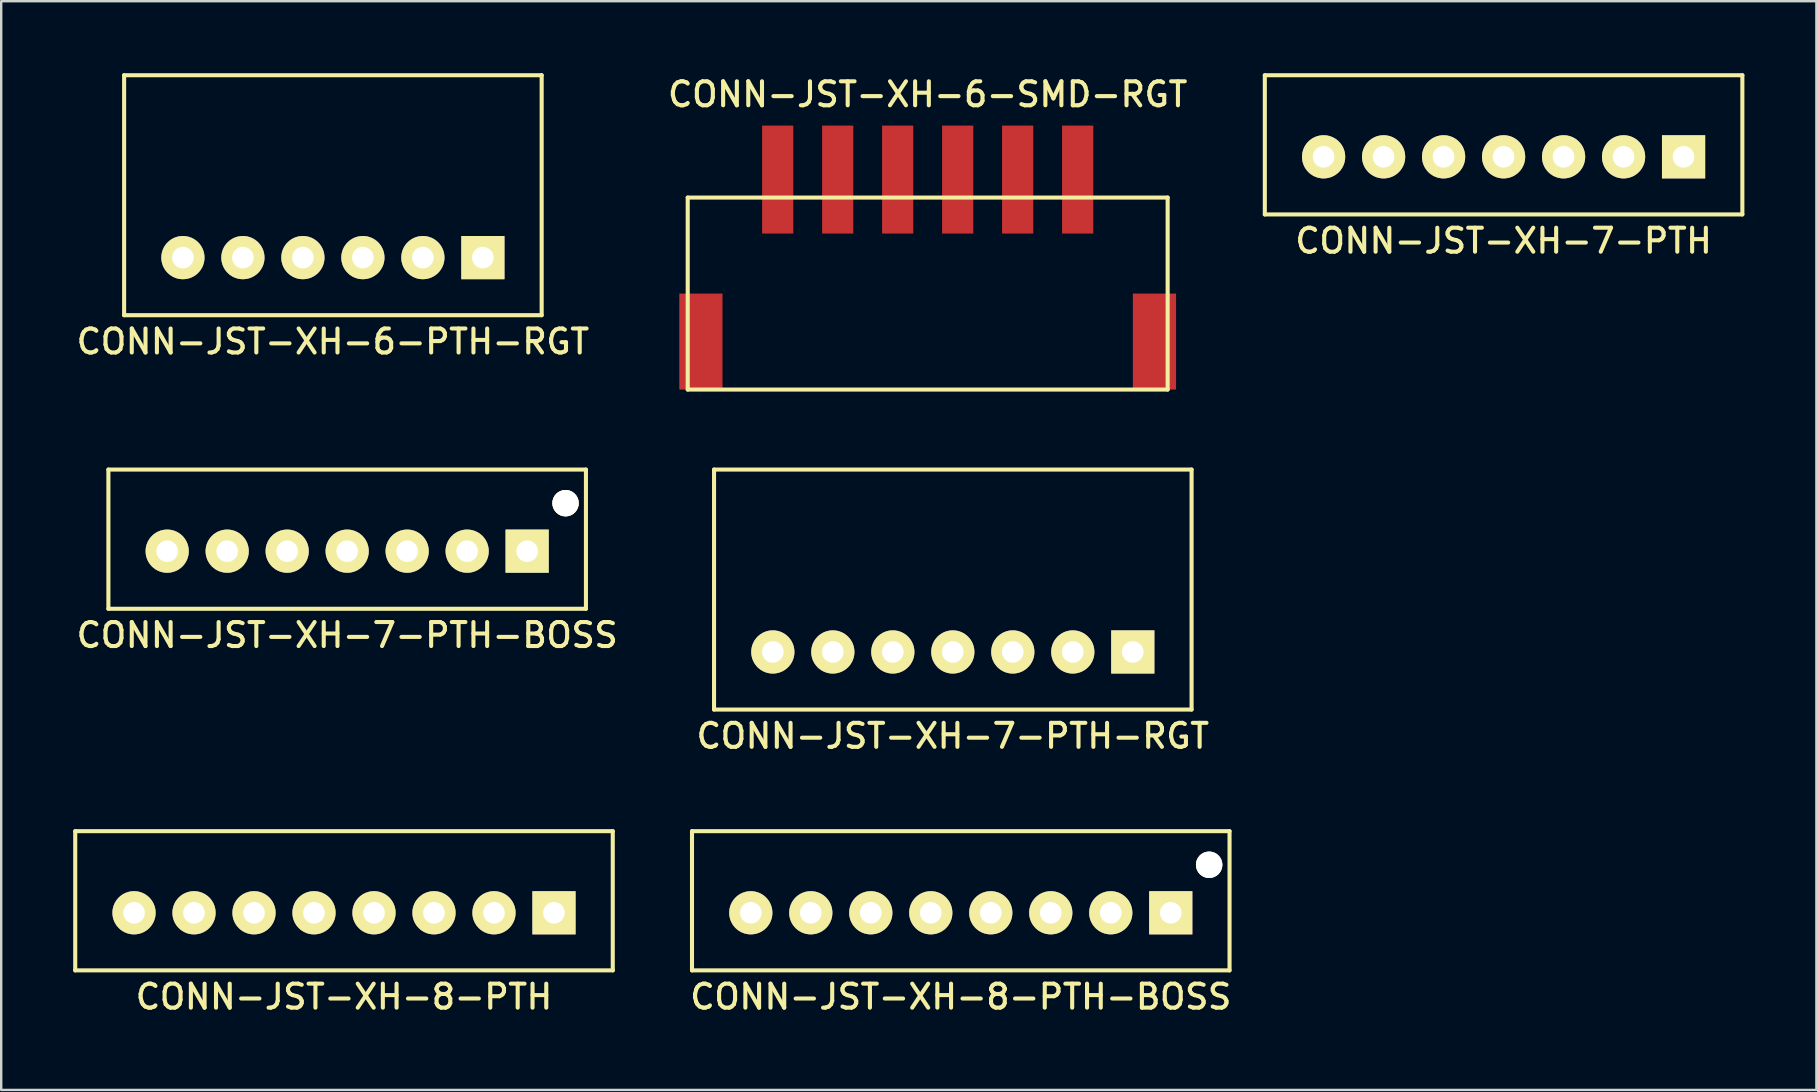
<source format=kicad_pcb>
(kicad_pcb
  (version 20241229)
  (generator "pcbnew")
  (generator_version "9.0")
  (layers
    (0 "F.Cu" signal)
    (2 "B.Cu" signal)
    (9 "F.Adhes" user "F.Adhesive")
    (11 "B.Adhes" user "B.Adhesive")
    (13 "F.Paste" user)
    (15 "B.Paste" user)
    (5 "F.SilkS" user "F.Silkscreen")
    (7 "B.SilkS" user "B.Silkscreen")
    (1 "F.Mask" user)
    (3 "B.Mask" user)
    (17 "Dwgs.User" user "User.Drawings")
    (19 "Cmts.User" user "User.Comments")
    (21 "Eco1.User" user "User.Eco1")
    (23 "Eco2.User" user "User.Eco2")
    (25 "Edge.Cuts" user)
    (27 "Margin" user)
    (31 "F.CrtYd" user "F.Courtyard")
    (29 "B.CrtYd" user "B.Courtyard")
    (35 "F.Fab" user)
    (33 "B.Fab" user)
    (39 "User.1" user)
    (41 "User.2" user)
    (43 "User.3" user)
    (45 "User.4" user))
  (footprint "CONN-JST-XH-8-PTH-BOSS"
    (layer "F.Cu")
    (at 36.987 34.987)
    (property "Reference" "CONN-JST-XH-8-PTH-BOSS" (at 0 3.5 0) (layer "F.SilkS") (effects (font (size 1 1) (thickness 0.17))))
    (attr through_hole)
    (fp_line (start -11.2 -3.4) (end 11.2 -3.4) (stroke (width 0.17) (type solid)) (layer "F.SilkS"))
    (fp_line (start -11.2 2.4) (end -11.2 -3.4) (stroke (width 0.17) (type solid)) (layer "F.SilkS"))
    (fp_line (start -11.2 2.4) (end 11.2 2.4) (stroke (width 0.17) (type solid)) (layer "F.SilkS"))
    (fp_line (start 11.2 2.4) (end 11.2 -3.4) (stroke (width 0.17) (type solid)) (layer "F.SilkS"))
    (pad "1" thru_hole rect (at 8.75 0) (size 1.8 1.8) (drill 0.9) (layers "*.Cu" "*.Mask" "F.SilkS"))
    (pad "2" thru_hole circle (at 6.25 0) (size 1.8 1.8) (drill 0.9) (layers "*.Cu" "*.Mask" "F.SilkS"))
    (pad "3" thru_hole circle (at 3.75 0) (size 1.8 1.8) (drill 0.9) (layers "*.Cu" "*.Mask" "F.SilkS"))
    (pad "4" thru_hole circle (at 1.25 0) (size 1.8 1.8) (drill 0.9) (layers "*.Cu" "*.Mask" "F.SilkS"))
    (pad "5" thru_hole circle (at -1.25 0) (size 1.8 1.8) (drill 0.9) (layers "*.Cu" "*.Mask" "F.SilkS"))
    (pad "6" thru_hole circle (at -3.75 0) (size 1.8 1.8) (drill 0.9) (layers "*.Cu" "*.Mask" "F.SilkS"))
    (pad "7" thru_hole circle (at -6.25 0) (size 1.8 1.8) (drill 0.9) (layers "*.Cu" "*.Mask" "F.SilkS"))
    (pad "8" thru_hole circle (at -8.75 0) (size 1.8 1.8) (drill 0.9) (layers "*.Cu" "*.Mask" "F.SilkS"))
    (pad "M1" thru_hole circle (at 10.35 -2) (size 1.1 1.1) (drill 1.1) (layers "*.Cu" "*.Mask" "F.SilkS")))
  (footprint "CONN-JST-XH-7-PTH-BOSS"
    (layer "F.Cu")
    (at 11.417 19.918)
    (property "Reference" "CONN-JST-XH-7-PTH-BOSS" (at 0 3.5 0) (layer "F.SilkS") (effects (font (size 1 1) (thickness 0.17))))
    (attr through_hole)
    (fp_line (start -9.95 -3.4) (end 9.95 -3.4) (stroke (width 0.17) (type solid)) (layer "F.SilkS"))
    (fp_line (start -9.95 2.4) (end -9.95 -3.4) (stroke (width 0.17) (type solid)) (layer "F.SilkS"))
    (fp_line (start -9.95 2.4) (end 9.95 2.4) (stroke (width 0.17) (type solid)) (layer "F.SilkS"))
    (fp_line (start 9.95 2.4) (end 9.95 -3.4) (stroke (width 0.17) (type solid)) (layer "F.SilkS"))
    (pad "1" thru_hole rect (at 7.5 0) (size 1.8 1.8) (drill 0.9) (layers "*.Cu" "*.Mask" "F.SilkS"))
    (pad "2" thru_hole circle (at 5 0) (size 1.8 1.8) (drill 0.9) (layers "*.Cu" "*.Mask" "F.SilkS"))
    (pad "3" thru_hole circle (at 2.5 0) (size 1.8 1.8) (drill 0.9) (layers "*.Cu" "*.Mask" "F.SilkS"))
    (pad "4" thru_hole circle (at 0 0) (size 1.8 1.8) (drill 0.9) (layers "*.Cu" "*.Mask" "F.SilkS"))
    (pad "5" thru_hole circle (at -2.5 0) (size 1.8 1.8) (drill 0.9) (layers "*.Cu" "*.Mask" "F.SilkS"))
    (pad "6" thru_hole circle (at -5 0) (size 1.8 1.8) (drill 0.9) (layers "*.Cu" "*.Mask" "F.SilkS"))
    (pad "7" thru_hole circle (at -7.5 0) (size 1.8 1.8) (drill 0.9) (layers "*.Cu" "*.Mask" "F.SilkS"))
    (pad "M1" thru_hole circle (at 9.1 -2) (size 1.1 1.1) (drill 1.1) (layers "*.Cu" "*.Mask" "F.SilkS")))
  (footprint "CONN-JST-XH-6-SMD-RGT"
    (layer "F.Cu")
    (at 35.608 13.183)
    (property "Reference" "CONN-JST-XH-6-SMD-RGT" (at 0 -12.3 0) (layer "F.SilkS") (effects (font (size 1 1) (thickness 0.17))))
    (attr through_hole)
    (fp_line (start -10 -8) (end 10 -8) (stroke (width 0.17) (type solid)) (layer "F.SilkS"))
    (fp_line (start -10 0) (end -10 -8) (stroke (width 0.17) (type solid)) (layer "F.SilkS"))
    (fp_line (start -10 0) (end 10 0) (stroke (width 0.17) (type solid)) (layer "F.SilkS"))
    (fp_line (start 10 0) (end 10 -8) (stroke (width 0.17) (type solid)) (layer "F.SilkS"))
    (pad "1" smd rect (at -6.25 -8.75) (size 1.3 4.5) (layers "F.Cu" "F.Mask" "F.Paste"))
    (pad "2" smd rect (at -3.75 -8.75) (size 1.3 4.5) (layers "F.Cu" "F.Mask" "F.Paste"))
    (pad "3" smd rect (at -1.25 -8.75) (size 1.3 4.5) (layers "F.Cu" "F.Mask" "F.Paste"))
    (pad "4" smd rect (at 1.25 -8.75) (size 1.3 4.5) (layers "F.Cu" "F.Mask" "F.Paste"))
    (pad "5" smd rect (at 3.75 -8.75) (size 1.3 4.5) (layers "F.Cu" "F.Mask" "F.Paste"))
    (pad "6" smd rect (at 6.25 -8.75) (size 1.3 4.5) (layers "F.Cu" "F.Mask" "F.Paste"))
    (pad "M1" smd rect (at -9.45 -2) (size 1.8 4) (layers "F.Cu" "F.Mask" "F.Paste"))
    (pad "M2" smd rect (at 9.45 -2) (size 1.8 4) (layers "F.Cu" "F.Mask" "F.Paste")))
  (footprint "CONN-JST-XH-6-PTH-RGT"
    (layer "F.Cu")
    (at 10.822 7.685)
    (property "Reference" "CONN-JST-XH-6-PTH-RGT" (at 0 3.5 0) (layer "F.SilkS") (effects (font (size 1 1) (thickness 0.17))))
    (attr through_hole)
    (fp_line (start -8.7 -7.6) (end 8.7 -7.6) (stroke (width 0.17) (type solid)) (layer "F.SilkS"))
    (fp_line (start -8.7 2.4) (end -8.7 -7.6) (stroke (width 0.17) (type solid)) (layer "F.SilkS"))
    (fp_line (start -8.7 2.4) (end 8.7 2.4) (stroke (width 0.17) (type solid)) (layer "F.SilkS"))
    (fp_line (start 8.7 2.4) (end 8.7 -7.6) (stroke (width 0.17) (type solid)) (layer "F.SilkS"))
    (pad "1" thru_hole rect (at 6.25 0) (size 1.8 1.8) (drill 0.9) (layers "*.Cu" "*.Mask" "F.SilkS"))
    (pad "2" thru_hole circle (at 3.75 0) (size 1.8 1.8) (drill 0.9) (layers "*.Cu" "*.Mask" "F.SilkS"))
    (pad "3" thru_hole circle (at 1.25 0) (size 1.8 1.8) (drill 0.9) (layers "*.Cu" "*.Mask" "F.SilkS"))
    (pad "4" thru_hole circle (at -1.25 0) (size 1.8 1.8) (drill 0.9) (layers "*.Cu" "*.Mask" "F.SilkS"))
    (pad "5" thru_hole circle (at -3.75 0) (size 1.8 1.8) (drill 0.9) (layers "*.Cu" "*.Mask" "F.SilkS"))
    (pad "6" thru_hole circle (at -6.25 0) (size 1.8 1.8) (drill 0.9) (layers "*.Cu" "*.Mask" "F.SilkS")))
  (footprint "CONN-JST-XH-7-PTH-RGT"
    (layer "F.Cu")
    (at 36.655 24.118)
    (property "Reference" "CONN-JST-XH-7-PTH-RGT" (at 0 3.5 0) (layer "F.SilkS") (effects (font (size 1 1) (thickness 0.17))))
    (attr through_hole)
    (fp_line (start -9.95 -7.6) (end 9.95 -7.6) (stroke (width 0.17) (type solid)) (layer "F.SilkS"))
    (fp_line (start -9.95 2.4) (end -9.95 -7.6) (stroke (width 0.17) (type solid)) (layer "F.SilkS"))
    (fp_line (start -9.95 2.4) (end 9.95 2.4) (stroke (width 0.17) (type solid)) (layer "F.SilkS"))
    (fp_line (start 9.95 2.4) (end 9.95 -7.6) (stroke (width 0.17) (type solid)) (layer "F.SilkS"))
    (pad "1" thru_hole rect (at 7.5 0) (size 1.8 1.8) (drill 0.9) (layers "*.Cu" "*.Mask" "F.SilkS"))
    (pad "2" thru_hole circle (at 5 0) (size 1.8 1.8) (drill 0.9) (layers "*.Cu" "*.Mask" "F.SilkS"))
    (pad "3" thru_hole circle (at 2.5 0) (size 1.8 1.8) (drill 0.9) (layers "*.Cu" "*.Mask" "F.SilkS"))
    (pad "4" thru_hole circle (at 0 0) (size 1.8 1.8) (drill 0.9) (layers "*.Cu" "*.Mask" "F.SilkS"))
    (pad "5" thru_hole circle (at -2.5 0) (size 1.8 1.8) (drill 0.9) (layers "*.Cu" "*.Mask" "F.SilkS"))
    (pad "6" thru_hole circle (at -5 0) (size 1.8 1.8) (drill 0.9) (layers "*.Cu" "*.Mask" "F.SilkS"))
    (pad "7" thru_hole circle (at -7.5 0) (size 1.8 1.8) (drill 0.9) (layers "*.Cu" "*.Mask" "F.SilkS")))
  (footprint "CONN-JST-XH-7-PTH"
    (layer "F.Cu")
    (at 59.607 3.485)
    (property "Reference" "CONN-JST-XH-7-PTH" (at 0 3.5 0) (layer "F.SilkS") (effects (font (size 1 1) (thickness 0.17))))
    (attr through_hole)
    (fp_line (start -9.95 -3.4) (end 9.95 -3.4) (stroke (width 0.17) (type solid)) (layer "F.SilkS"))
    (fp_line (start -9.95 2.4) (end -9.95 -3.4) (stroke (width 0.17) (type solid)) (layer "F.SilkS"))
    (fp_line (start -9.95 2.4) (end 9.95 2.4) (stroke (width 0.17) (type solid)) (layer "F.SilkS"))
    (fp_line (start 9.95 2.4) (end 9.95 -3.4) (stroke (width 0.17) (type solid)) (layer "F.SilkS"))
    (pad "1" thru_hole rect (at 7.5 0) (size 1.8 1.8) (drill 0.9) (layers "*.Cu" "*.Mask" "F.SilkS"))
    (pad "2" thru_hole circle (at 5 0) (size 1.8 1.8) (drill 0.9) (layers "*.Cu" "*.Mask" "F.SilkS"))
    (pad "3" thru_hole circle (at 2.5 0) (size 1.8 1.8) (drill 0.9) (layers "*.Cu" "*.Mask" "F.SilkS"))
    (pad "4" thru_hole circle (at 0 0) (size 1.8 1.8) (drill 0.9) (layers "*.Cu" "*.Mask" "F.SilkS"))
    (pad "5" thru_hole circle (at -2.5 0) (size 1.8 1.8) (drill 0.9) (layers "*.Cu" "*.Mask" "F.SilkS"))
    (pad "6" thru_hole circle (at -5 0) (size 1.8 1.8) (drill 0.9) (layers "*.Cu" "*.Mask" "F.SilkS"))
    (pad "7" thru_hole circle (at -7.5 0) (size 1.8 1.8) (drill 0.9) (layers "*.Cu" "*.Mask" "F.SilkS")))
  (footprint "CONN-JST-XH-8-PTH"
    (layer "F.Cu")
    (at 11.285 34.987)
    (property "Reference" "CONN-JST-XH-8-PTH" (at 0 3.5 0) (layer "F.SilkS") (effects (font (size 1 1) (thickness 0.17))))
    (attr through_hole)
    (fp_line (start -11.2 -3.4) (end 11.2 -3.4) (stroke (width 0.17) (type solid)) (layer "F.SilkS"))
    (fp_line (start -11.2 2.4) (end -11.2 -3.4) (stroke (width 0.17) (type solid)) (layer "F.SilkS"))
    (fp_line (start -11.2 2.4) (end 11.2 2.4) (stroke (width 0.17) (type solid)) (layer "F.SilkS"))
    (fp_line (start 11.2 2.4) (end 11.2 -3.4) (stroke (width 0.17) (type solid)) (layer "F.SilkS"))
    (pad "1" thru_hole rect (at 8.75 0) (size 1.8 1.8) (drill 0.9) (layers "*.Cu" "*.Mask" "F.SilkS"))
    (pad "2" thru_hole circle (at 6.25 0) (size 1.8 1.8) (drill 0.9) (layers "*.Cu" "*.Mask" "F.SilkS"))
    (pad "3" thru_hole circle (at 3.75 0) (size 1.8 1.8) (drill 0.9) (layers "*.Cu" "*.Mask" "F.SilkS"))
    (pad "4" thru_hole circle (at 1.25 0) (size 1.8 1.8) (drill 0.9) (layers "*.Cu" "*.Mask" "F.SilkS"))
    (pad "5" thru_hole circle (at -1.25 0) (size 1.8 1.8) (drill 0.9) (layers "*.Cu" "*.Mask" "F.SilkS"))
    (pad "6" thru_hole circle (at -3.75 0) (size 1.8 1.8) (drill 0.9) (layers "*.Cu" "*.Mask" "F.SilkS"))
    (pad "7" thru_hole circle (at -6.25 0) (size 1.8 1.8) (drill 0.9) (layers "*.Cu" "*.Mask" "F.SilkS"))
    (pad "8" thru_hole circle (at -8.75 0) (size 1.8 1.8) (drill 0.9) (layers "*.Cu" "*.Mask" "F.SilkS")))
  (gr_rect
    (start -3 -3)
    (end 72.642 42.37)
    (stroke (width 0.1) (type default))
    (fill no)
    (layer "Edge.Cuts")))
</source>
